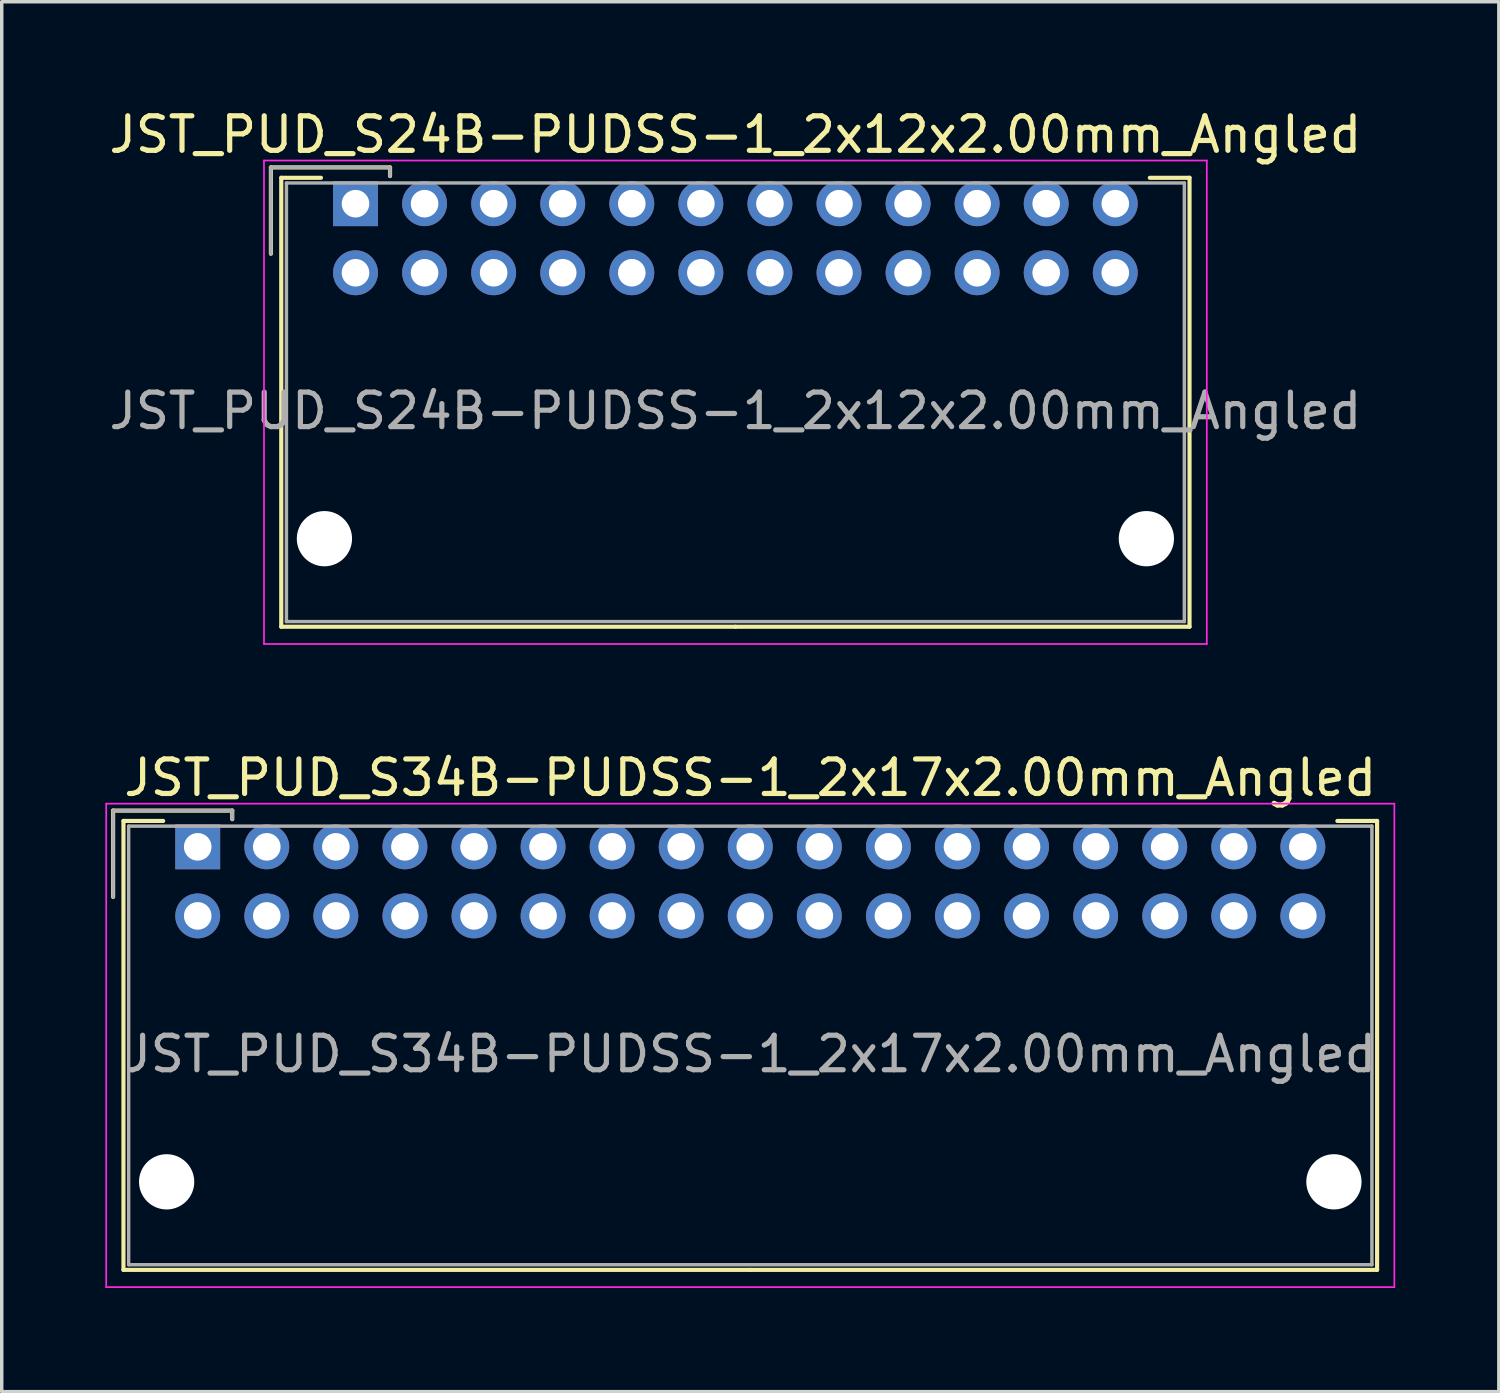
<source format=kicad_pcb>
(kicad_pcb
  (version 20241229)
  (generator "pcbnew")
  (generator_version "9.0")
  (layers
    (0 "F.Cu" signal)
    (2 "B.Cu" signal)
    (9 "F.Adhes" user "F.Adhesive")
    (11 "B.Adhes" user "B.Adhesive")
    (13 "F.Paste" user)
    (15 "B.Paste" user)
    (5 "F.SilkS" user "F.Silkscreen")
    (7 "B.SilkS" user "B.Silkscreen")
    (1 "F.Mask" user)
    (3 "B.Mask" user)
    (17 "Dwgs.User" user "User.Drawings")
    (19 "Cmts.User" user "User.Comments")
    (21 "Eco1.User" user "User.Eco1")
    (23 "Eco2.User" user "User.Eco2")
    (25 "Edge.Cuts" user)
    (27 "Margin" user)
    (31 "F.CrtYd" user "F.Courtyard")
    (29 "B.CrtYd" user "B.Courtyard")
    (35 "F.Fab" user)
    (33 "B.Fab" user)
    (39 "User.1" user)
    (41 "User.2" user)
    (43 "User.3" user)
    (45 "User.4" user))
  (footprint "JST_PUD_S34B-PUDSS-1_2x17x2.00mm_Angled"
    (layer "F.Cu")
    (at 2.675 21.471)
    (property "Reference" "JST_PUD_S34B-PUDSS-1_2x17x2.00mm_Angled" (at 16 -2 0) (layer "F.SilkS") (effects (font (size 1 1) (thickness 0.15))))
    (attr through_hole)
    (fp_line (start -2.45 -1.05) (end -2.45 1.45) (stroke (width 0.12) (type solid)) (layer "F.SilkS"))
    (fp_line (start -2.15 -0.75) (end -2.15 12.25) (stroke (width 0.12) (type solid)) (layer "F.SilkS"))
    (fp_line (start -2.15 12.25) (end 16 12.25) (stroke (width 0.12) (type solid)) (layer "F.SilkS"))
    (fp_line (start -1 -0.75) (end -2.15 -0.75) (stroke (width 0.12) (type solid)) (layer "F.SilkS"))
    (fp_line (start 1 -1.05) (end -2.45 -1.05) (stroke (width 0.12) (type solid)) (layer "F.SilkS"))
    (fp_line (start 1 -0.8) (end 1 -1.05) (stroke (width 0.12) (type solid)) (layer "F.SilkS"))
    (fp_line (start 33 -0.75) (end 34.15 -0.75) (stroke (width 0.12) (type solid)) (layer "F.SilkS"))
    (fp_line (start 34.15 -0.75) (end 34.15 12.25) (stroke (width 0.12) (type solid)) (layer "F.SilkS"))
    (fp_line (start 34.15 12.25) (end 16 12.25) (stroke (width 0.12) (type solid)) (layer "F.SilkS"))
    (fp_line (start -2.65 -1.25) (end -2.65 12.75) (stroke (width 0.05) (type solid)) (layer "F.CrtYd"))
    (fp_line (start -2.65 12.75) (end 34.65 12.75) (stroke (width 0.05) (type solid)) (layer "F.CrtYd"))
    (fp_line (start 34.65 -1.25) (end -2.65 -1.25) (stroke (width 0.05) (type solid)) (layer "F.CrtYd"))
    (fp_line (start 34.65 12.75) (end 34.65 -1.25) (stroke (width 0.05) (type solid)) (layer "F.CrtYd"))
    (fp_line (start -2.45 -1.05) (end -2.45 1.45) (stroke (width 0.1) (type solid)) (layer "F.Fab"))
    (fp_line (start -2 -0.6) (end -2 12.1) (stroke (width 0.1) (type solid)) (layer "F.Fab"))
    (fp_line (start -2 12.1) (end 34 12.1) (stroke (width 0.1) (type solid)) (layer "F.Fab"))
    (fp_line (start 1 -1.05) (end -2.45 -1.05) (stroke (width 0.1) (type solid)) (layer "F.Fab"))
    (fp_line (start 1 -0.8) (end 1 -1.05) (stroke (width 0.1) (type solid)) (layer "F.Fab"))
    (fp_line (start 34 -0.6) (end -2 -0.6) (stroke (width 0.1) (type solid)) (layer "F.Fab"))
    (fp_line (start 34 12.1) (end 34 -0.6) (stroke (width 0.1) (type solid)) (layer "F.Fab"))
    (fp_text user "${REFERENCE}" (at 16 6 0) (layer "F.Fab") (effects (font (size 1 1) (thickness 0.15))))
    (pad "" np_thru_hole circle (at -0.9 9.7) (size 1.6 1.6) (drill 1.6) (layers "*.Cu"))
    (pad "" np_thru_hole circle (at 32.9 9.7) (size 1.6 1.6) (drill 1.6) (layers "*.Cu"))
    (pad "1" thru_hole rect (at 0 0) (size 1.3 1.3) (drill 0.8) (layers "*.Cu" "*.Mask"))
    (pad "2" thru_hole circle (at 0 2) (size 1.3 1.3) (drill 0.8) (layers "*.Cu" "*.Mask"))
    (pad "3" thru_hole circle (at 2 0) (size 1.3 1.3) (drill 0.8) (layers "*.Cu" "*.Mask"))
    (pad "4" thru_hole circle (at 2 2) (size 1.3 1.3) (drill 0.8) (layers "*.Cu" "*.Mask"))
    (pad "5" thru_hole circle (at 4 0) (size 1.3 1.3) (drill 0.8) (layers "*.Cu" "*.Mask"))
    (pad "6" thru_hole circle (at 4 2) (size 1.3 1.3) (drill 0.8) (layers "*.Cu" "*.Mask"))
    (pad "7" thru_hole circle (at 6 0) (size 1.3 1.3) (drill 0.8) (layers "*.Cu" "*.Mask"))
    (pad "8" thru_hole circle (at 6 2) (size 1.3 1.3) (drill 0.8) (layers "*.Cu" "*.Mask"))
    (pad "9" thru_hole circle (at 8 0) (size 1.3 1.3) (drill 0.8) (layers "*.Cu" "*.Mask"))
    (pad "10" thru_hole circle (at 8 2) (size 1.3 1.3) (drill 0.8) (layers "*.Cu" "*.Mask"))
    (pad "11" thru_hole circle (at 10 0) (size 1.3 1.3) (drill 0.8) (layers "*.Cu" "*.Mask"))
    (pad "12" thru_hole circle (at 10 2) (size 1.3 1.3) (drill 0.8) (layers "*.Cu" "*.Mask"))
    (pad "13" thru_hole circle (at 12 0) (size 1.3 1.3) (drill 0.8) (layers "*.Cu" "*.Mask"))
    (pad "14" thru_hole circle (at 12 2) (size 1.3 1.3) (drill 0.8) (layers "*.Cu" "*.Mask"))
    (pad "15" thru_hole circle (at 14 0) (size 1.3 1.3) (drill 0.8) (layers "*.Cu" "*.Mask"))
    (pad "16" thru_hole circle (at 14 2) (size 1.3 1.3) (drill 0.8) (layers "*.Cu" "*.Mask"))
    (pad "17" thru_hole circle (at 16 0) (size 1.3 1.3) (drill 0.8) (layers "*.Cu" "*.Mask"))
    (pad "18" thru_hole circle (at 16 2) (size 1.3 1.3) (drill 0.8) (layers "*.Cu" "*.Mask"))
    (pad "19" thru_hole circle (at 18 0) (size 1.3 1.3) (drill 0.8) (layers "*.Cu" "*.Mask"))
    (pad "20" thru_hole circle (at 18 2) (size 1.3 1.3) (drill 0.8) (layers "*.Cu" "*.Mask"))
    (pad "21" thru_hole circle (at 20 0) (size 1.3 1.3) (drill 0.8) (layers "*.Cu" "*.Mask"))
    (pad "22" thru_hole circle (at 20 2) (size 1.3 1.3) (drill 0.8) (layers "*.Cu" "*.Mask"))
    (pad "23" thru_hole circle (at 22 0) (size 1.3 1.3) (drill 0.8) (layers "*.Cu" "*.Mask"))
    (pad "24" thru_hole circle (at 22 2) (size 1.3 1.3) (drill 0.8) (layers "*.Cu" "*.Mask"))
    (pad "25" thru_hole circle (at 24 0) (size 1.3 1.3) (drill 0.8) (layers "*.Cu" "*.Mask"))
    (pad "26" thru_hole circle (at 24 2) (size 1.3 1.3) (drill 0.8) (layers "*.Cu" "*.Mask"))
    (pad "27" thru_hole circle (at 26 0) (size 1.3 1.3) (drill 0.8) (layers "*.Cu" "*.Mask"))
    (pad "28" thru_hole circle (at 26 2) (size 1.3 1.3) (drill 0.8) (layers "*.Cu" "*.Mask"))
    (pad "29" thru_hole circle (at 28 0) (size 1.3 1.3) (drill 0.8) (layers "*.Cu" "*.Mask"))
    (pad "30" thru_hole circle (at 28 2) (size 1.3 1.3) (drill 0.8) (layers "*.Cu" "*.Mask"))
    (pad "31" thru_hole circle (at 30 0) (size 1.3 1.3) (drill 0.8) (layers "*.Cu" "*.Mask"))
    (pad "32" thru_hole circle (at 30 2) (size 1.3 1.3) (drill 0.8) (layers "*.Cu" "*.Mask"))
    (pad "33" thru_hole circle (at 32 0) (size 1.3 1.3) (drill 0.8) (layers "*.Cu" "*.Mask"))
    (pad "34" thru_hole circle (at 32 2) (size 1.3 1.3) (drill 0.8) (layers "*.Cu" "*.Mask")))
  (footprint "JST_PUD_S24B-PUDSS-1_2x12x2.00mm_Angled"
    (layer "F.Cu")
    (at 7.244 2.848)
    (property "Reference" "JST_PUD_S24B-PUDSS-1_2x12x2.00mm_Angled" (at 11 -2 0) (layer "F.SilkS") (effects (font (size 1 1) (thickness 0.15))))
    (attr through_hole)
    (fp_line (start -2.45 -1.05) (end -2.45 1.45) (stroke (width 0.12) (type solid)) (layer "F.SilkS"))
    (fp_line (start -2.15 -0.75) (end -2.15 12.25) (stroke (width 0.12) (type solid)) (layer "F.SilkS"))
    (fp_line (start -2.15 12.25) (end 11 12.25) (stroke (width 0.12) (type solid)) (layer "F.SilkS"))
    (fp_line (start -1 -0.75) (end -2.15 -0.75) (stroke (width 0.12) (type solid)) (layer "F.SilkS"))
    (fp_line (start 1 -1.05) (end -2.45 -1.05) (stroke (width 0.12) (type solid)) (layer "F.SilkS"))
    (fp_line (start 1 -0.8) (end 1 -1.05) (stroke (width 0.12) (type solid)) (layer "F.SilkS"))
    (fp_line (start 23 -0.75) (end 24.15 -0.75) (stroke (width 0.12) (type solid)) (layer "F.SilkS"))
    (fp_line (start 24.15 -0.75) (end 24.15 12.25) (stroke (width 0.12) (type solid)) (layer "F.SilkS"))
    (fp_line (start 24.15 12.25) (end 11 12.25) (stroke (width 0.12) (type solid)) (layer "F.SilkS"))
    (fp_line (start -2.65 -1.25) (end -2.65 12.75) (stroke (width 0.05) (type solid)) (layer "F.CrtYd"))
    (fp_line (start -2.65 12.75) (end 24.65 12.75) (stroke (width 0.05) (type solid)) (layer "F.CrtYd"))
    (fp_line (start 24.65 -1.25) (end -2.65 -1.25) (stroke (width 0.05) (type solid)) (layer "F.CrtYd"))
    (fp_line (start 24.65 12.75) (end 24.65 -1.25) (stroke (width 0.05) (type solid)) (layer "F.CrtYd"))
    (fp_line (start -2.45 -1.05) (end -2.45 1.45) (stroke (width 0.1) (type solid)) (layer "F.Fab"))
    (fp_line (start -2 -0.6) (end -2 12.1) (stroke (width 0.1) (type solid)) (layer "F.Fab"))
    (fp_line (start -2 12.1) (end 24 12.1) (stroke (width 0.1) (type solid)) (layer "F.Fab"))
    (fp_line (start 1 -1.05) (end -2.45 -1.05) (stroke (width 0.1) (type solid)) (layer "F.Fab"))
    (fp_line (start 1 -0.8) (end 1 -1.05) (stroke (width 0.1) (type solid)) (layer "F.Fab"))
    (fp_line (start 24 -0.6) (end -2 -0.6) (stroke (width 0.1) (type solid)) (layer "F.Fab"))
    (fp_line (start 24 12.1) (end 24 -0.6) (stroke (width 0.1) (type solid)) (layer "F.Fab"))
    (fp_text user "${REFERENCE}" (at 11 6 0) (layer "F.Fab") (effects (font (size 1 1) (thickness 0.15))))
    (pad "" np_thru_hole circle (at -0.9 9.7) (size 1.6 1.6) (drill 1.6) (layers "*.Cu"))
    (pad "" np_thru_hole circle (at 22.9 9.7) (size 1.6 1.6) (drill 1.6) (layers "*.Cu"))
    (pad "1" thru_hole rect (at 0 0) (size 1.3 1.3) (drill 0.8) (layers "*.Cu" "*.Mask"))
    (pad "2" thru_hole circle (at 0 2) (size 1.3 1.3) (drill 0.8) (layers "*.Cu" "*.Mask"))
    (pad "3" thru_hole circle (at 2 0) (size 1.3 1.3) (drill 0.8) (layers "*.Cu" "*.Mask"))
    (pad "4" thru_hole circle (at 2 2) (size 1.3 1.3) (drill 0.8) (layers "*.Cu" "*.Mask"))
    (pad "5" thru_hole circle (at 4 0) (size 1.3 1.3) (drill 0.8) (layers "*.Cu" "*.Mask"))
    (pad "6" thru_hole circle (at 4 2) (size 1.3 1.3) (drill 0.8) (layers "*.Cu" "*.Mask"))
    (pad "7" thru_hole circle (at 6 0) (size 1.3 1.3) (drill 0.8) (layers "*.Cu" "*.Mask"))
    (pad "8" thru_hole circle (at 6 2) (size 1.3 1.3) (drill 0.8) (layers "*.Cu" "*.Mask"))
    (pad "9" thru_hole circle (at 8 0) (size 1.3 1.3) (drill 0.8) (layers "*.Cu" "*.Mask"))
    (pad "10" thru_hole circle (at 8 2) (size 1.3 1.3) (drill 0.8) (layers "*.Cu" "*.Mask"))
    (pad "11" thru_hole circle (at 10 0) (size 1.3 1.3) (drill 0.8) (layers "*.Cu" "*.Mask"))
    (pad "12" thru_hole circle (at 10 2) (size 1.3 1.3) (drill 0.8) (layers "*.Cu" "*.Mask"))
    (pad "13" thru_hole circle (at 12 0) (size 1.3 1.3) (drill 0.8) (layers "*.Cu" "*.Mask"))
    (pad "14" thru_hole circle (at 12 2) (size 1.3 1.3) (drill 0.8) (layers "*.Cu" "*.Mask"))
    (pad "15" thru_hole circle (at 14 0) (size 1.3 1.3) (drill 0.8) (layers "*.Cu" "*.Mask"))
    (pad "16" thru_hole circle (at 14 2) (size 1.3 1.3) (drill 0.8) (layers "*.Cu" "*.Mask"))
    (pad "17" thru_hole circle (at 16 0) (size 1.3 1.3) (drill 0.8) (layers "*.Cu" "*.Mask"))
    (pad "18" thru_hole circle (at 16 2) (size 1.3 1.3) (drill 0.8) (layers "*.Cu" "*.Mask"))
    (pad "19" thru_hole circle (at 18 0) (size 1.3 1.3) (drill 0.8) (layers "*.Cu" "*.Mask"))
    (pad "20" thru_hole circle (at 18 2) (size 1.3 1.3) (drill 0.8) (layers "*.Cu" "*.Mask"))
    (pad "21" thru_hole circle (at 20 0) (size 1.3 1.3) (drill 0.8) (layers "*.Cu" "*.Mask"))
    (pad "22" thru_hole circle (at 20 2) (size 1.3 1.3) (drill 0.8) (layers "*.Cu" "*.Mask"))
    (pad "23" thru_hole circle (at 22 0) (size 1.3 1.3) (drill 0.8) (layers "*.Cu" "*.Mask"))
    (pad "24" thru_hole circle (at 22 2) (size 1.3 1.3) (drill 0.8) (layers "*.Cu" "*.Mask")))
  (gr_rect
    (start -3 -3)
    (end 40.35 37.246)
    (stroke (width 0.1) (type default))
    (fill no)
    (layer "Edge.Cuts")))
</source>
